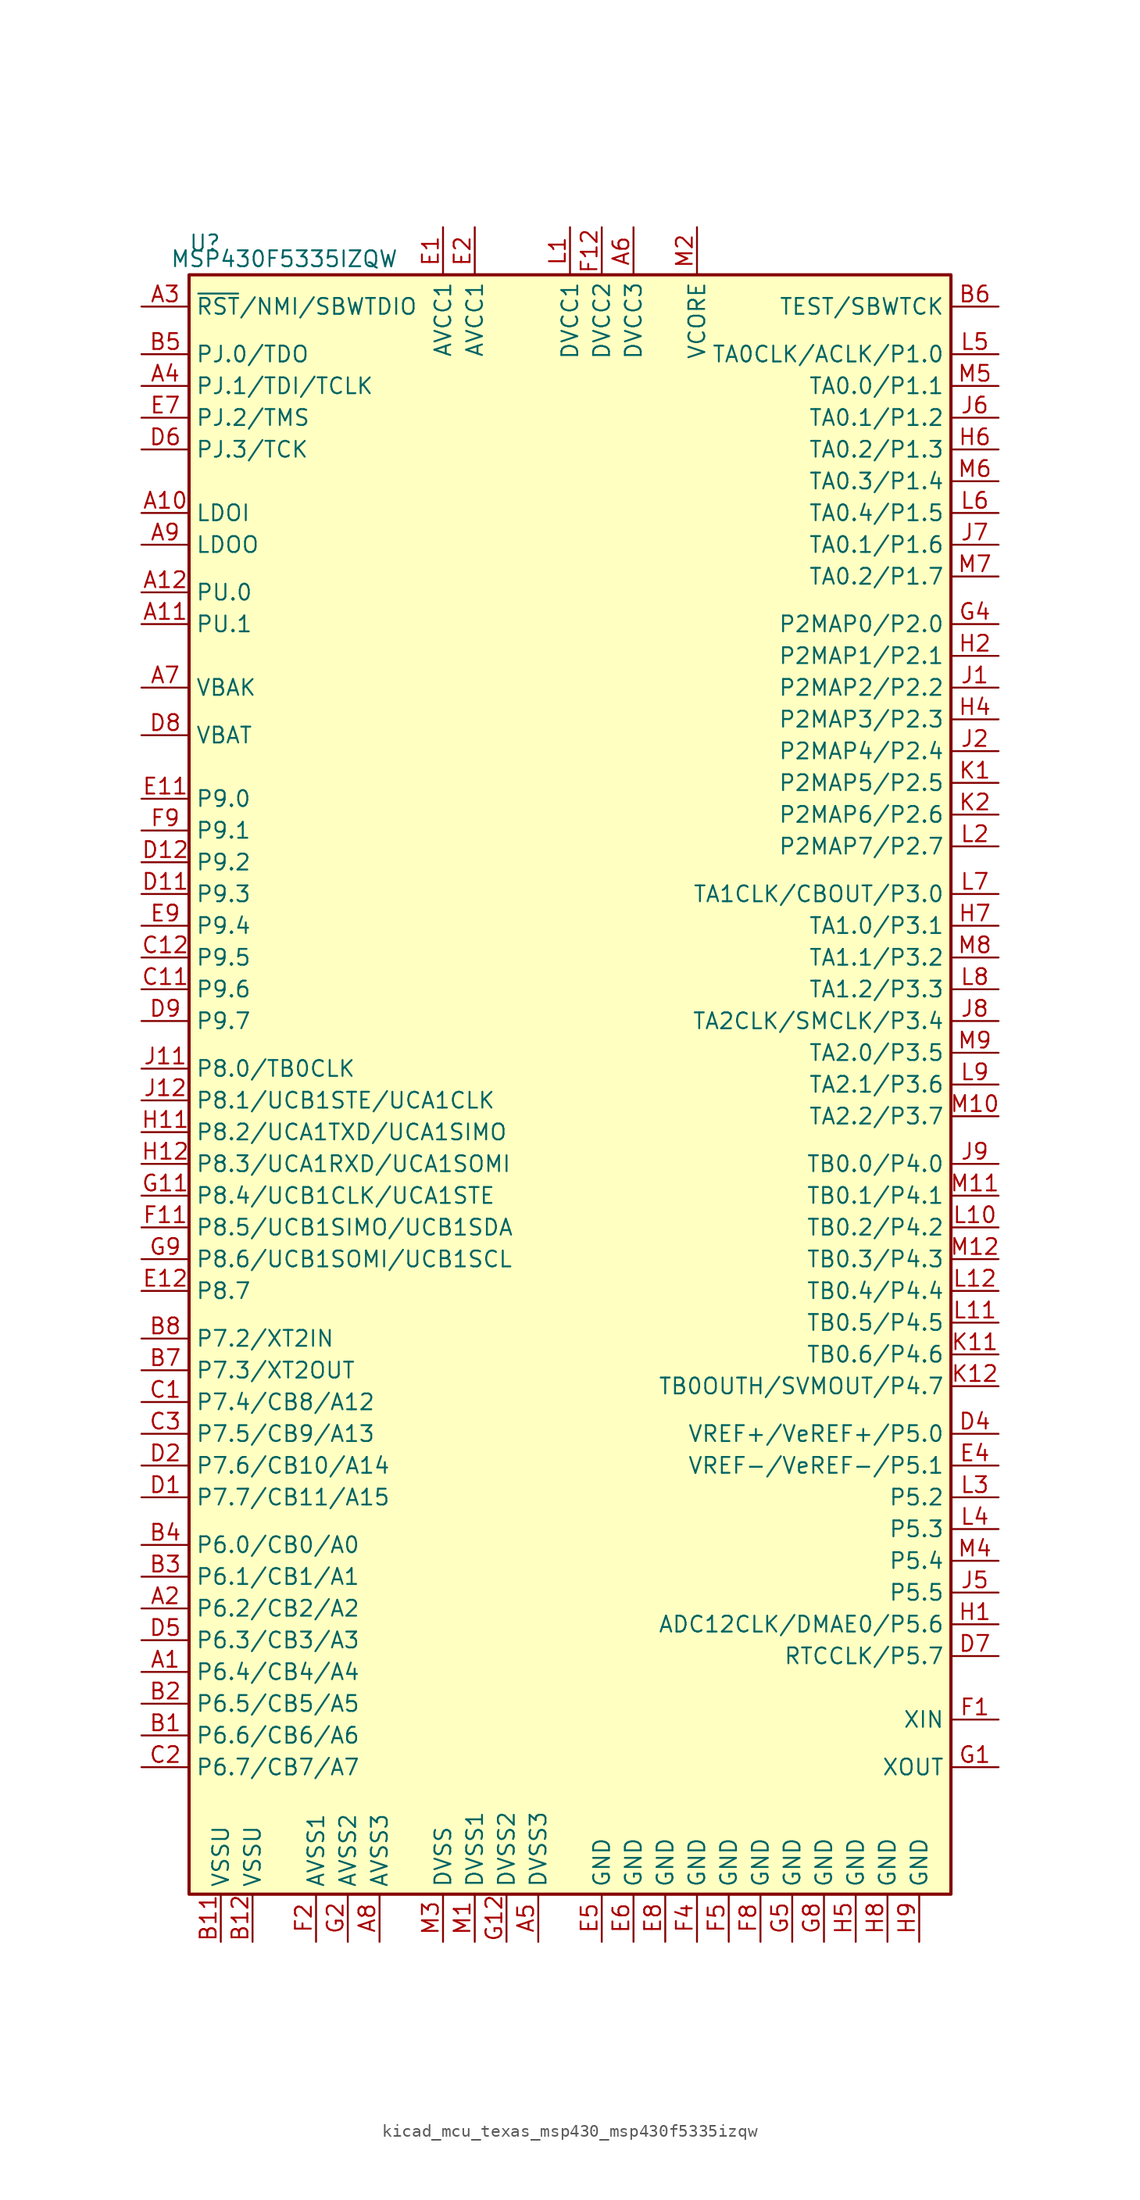
<source format=kicad_sym>
(kicad_symbol_lib
  (version 20220914)
  (generator kicad_symbol_editor)
  (symbol "kicad_mcu_texas_msp430_msp430f5335izqw"
    (property "Reference" "U"
      (at -29.21 67.31 0)
      (effects (font (size 1.27 1.27))))
    (property "Value" "MSP430F5335IZQW"
      (at -22.86 66.04 0)
      (effects (font (size 1.27 1.27))))
    (symbol "kicad_mcu_texas_msp430_msp430f5335izqw_0_1"
      (rectangle (start -30.48 64.77) (end 30.48 -64.77) (stroke (width 0.254) (type default)) (fill (type background))))
    (symbol "kicad_mcu_texas_msp430_msp430f5335izqw_1_1"
      (pin bidirectional line (at -34.29 -46.99 0) (length 3.81) (name "P6.4/CB4/A4" (effects (font (size 1.27 1.27)))) (number "A1" (effects (font (size 1.27 1.27)))))
      (pin bidirectional line (at -34.29 45.72 0) (length 3.81) (name "LDOI" (effects (font (size 1.27 1.27)))) (number "A10" (effects (font (size 1.27 1.27)))))
      (pin bidirectional line (at -34.29 36.83 0) (length 3.81) (name "PU.1" (effects (font (size 1.27 1.27)))) (number "A11" (effects (font (size 1.27 1.27)))))
      (pin bidirectional line (at -34.29 39.37 0) (length 3.81) (name "PU.0" (effects (font (size 1.27 1.27)))) (number "A12" (effects (font (size 1.27 1.27)))))
      (pin bidirectional line (at -34.29 -41.91 0) (length 3.81) (name "P6.2/CB2/A2" (effects (font (size 1.27 1.27)))) (number "A2" (effects (font (size 1.27 1.27)))))
      (pin input line (at -34.29 62.23 0) (length 3.81) (name "~{RST}/NMI/SBWTDIO" (effects (font (size 1.27 1.27)))) (number "A3" (effects (font (size 1.27 1.27)))))
      (pin bidirectional line (at -34.29 55.88 0) (length 3.81) (name "PJ.1/TDI/TCLK" (effects (font (size 1.27 1.27)))) (number "A4" (effects (font (size 1.27 1.27)))))
      (pin power_in line (at -2.54 -68.58 90) (length 3.81) (name "DVSS3" (effects (font (size 1.27 1.27)))) (number "A5" (effects (font (size 1.27 1.27)))))
      (pin power_in line (at 5.08 68.58 270) (length 3.81) (name "DVCC3" (effects (font (size 1.27 1.27)))) (number "A6" (effects (font (size 1.27 1.27)))))
      (pin bidirectional line (at -34.29 31.75 0) (length 3.81) (name "VBAK" (effects (font (size 1.27 1.27)))) (number "A7" (effects (font (size 1.27 1.27)))))
      (pin power_in line (at -15.24 -68.58 90) (length 3.81) (name "AVSS3" (effects (font (size 1.27 1.27)))) (number "A8" (effects (font (size 1.27 1.27)))))
      (pin bidirectional line (at -34.29 43.18 0) (length 3.81) (name "LDOO" (effects (font (size 1.27 1.27)))) (number "A9" (effects (font (size 1.27 1.27)))))
      (pin bidirectional line (at -34.29 -52.07 0) (length 3.81) (name "P6.6/CB6/A6" (effects (font (size 1.27 1.27)))) (number "B1" (effects (font (size 1.27 1.27)))))
      (pin power_in line (at -27.94 -68.58 90) (length 3.81) (name "VSSU" (effects (font (size 1.27 1.27)))) (number "B11" (effects (font (size 1.27 1.27)))))
      (pin power_in line (at -25.4 -68.58 90) (length 3.81) (name "VSSU" (effects (font (size 1.27 1.27)))) (number "B12" (effects (font (size 1.27 1.27)))))
      (pin bidirectional line (at -34.29 -49.53 0) (length 3.81) (name "P6.5/CB5/A5" (effects (font (size 1.27 1.27)))) (number "B2" (effects (font (size 1.27 1.27)))))
      (pin bidirectional line (at -34.29 -39.37 0) (length 3.81) (name "P6.1/CB1/A1" (effects (font (size 1.27 1.27)))) (number "B3" (effects (font (size 1.27 1.27)))))
      (pin bidirectional line (at -34.29 -36.83 0) (length 3.81) (name "P6.0/CB0/A0" (effects (font (size 1.27 1.27)))) (number "B4" (effects (font (size 1.27 1.27)))))
      (pin bidirectional line (at -34.29 58.42 0) (length 3.81) (name "PJ.0/TDO" (effects (font (size 1.27 1.27)))) (number "B5" (effects (font (size 1.27 1.27)))))
      (pin input line (at 34.29 62.23 180) (length 3.81) (name "TEST/SBWTCK" (effects (font (size 1.27 1.27)))) (number "B6" (effects (font (size 1.27 1.27)))))
      (pin bidirectional line (at -34.29 -22.86 0) (length 3.81) (name "P7.3/XT2OUT" (effects (font (size 1.27 1.27)))) (number "B7" (effects (font (size 1.27 1.27)))))
      (pin bidirectional line (at -34.29 -20.32 0) (length 3.81) (name "P7.2/XT2IN" (effects (font (size 1.27 1.27)))) (number "B8" (effects (font (size 1.27 1.27)))))
      (pin bidirectional line (at -34.29 -25.4 0) (length 3.81) (name "P7.4/CB8/A12" (effects (font (size 1.27 1.27)))) (number "C1" (effects (font (size 1.27 1.27)))))
      (pin bidirectional line (at -34.29 7.62 0) (length 3.81) (name "P9.6" (effects (font (size 1.27 1.27)))) (number "C11" (effects (font (size 1.27 1.27)))))
      (pin bidirectional line (at -34.29 10.16 0) (length 3.81) (name "P9.5" (effects (font (size 1.27 1.27)))) (number "C12" (effects (font (size 1.27 1.27)))))
      (pin bidirectional line (at -34.29 -54.61 0) (length 3.81) (name "P6.7/CB7/A7" (effects (font (size 1.27 1.27)))) (number "C2" (effects (font (size 1.27 1.27)))))
      (pin bidirectional line (at -34.29 -27.94 0) (length 3.81) (name "P7.5/CB9/A13" (effects (font (size 1.27 1.27)))) (number "C3" (effects (font (size 1.27 1.27)))))
      (pin bidirectional line (at -34.29 -33.02 0) (length 3.81) (name "P7.7/CB11/A15" (effects (font (size 1.27 1.27)))) (number "D1" (effects (font (size 1.27 1.27)))))
      (pin bidirectional line (at -34.29 15.24 0) (length 3.81) (name "P9.3" (effects (font (size 1.27 1.27)))) (number "D11" (effects (font (size 1.27 1.27)))))
      (pin bidirectional line (at -34.29 17.78 0) (length 3.81) (name "P9.2" (effects (font (size 1.27 1.27)))) (number "D12" (effects (font (size 1.27 1.27)))))
      (pin bidirectional line (at -34.29 -30.48 0) (length 3.81) (name "P7.6/CB10/A14" (effects (font (size 1.27 1.27)))) (number "D2" (effects (font (size 1.27 1.27)))))
      (pin bidirectional line (at 34.29 -27.94 180) (length 3.81) (name "VREF+/VeREF+/P5.0" (effects (font (size 1.27 1.27)))) (number "D4" (effects (font (size 1.27 1.27)))))
      (pin bidirectional line (at -34.29 -44.45 0) (length 3.81) (name "P6.3/CB3/A3" (effects (font (size 1.27 1.27)))) (number "D5" (effects (font (size 1.27 1.27)))))
      (pin bidirectional line (at -34.29 50.8 0) (length 3.81) (name "PJ.3/TCK" (effects (font (size 1.27 1.27)))) (number "D6" (effects (font (size 1.27 1.27)))))
      (pin bidirectional line (at 34.29 -45.72 180) (length 3.81) (name "RTCCLK/P5.7" (effects (font (size 1.27 1.27)))) (number "D7" (effects (font (size 1.27 1.27)))))
      (pin bidirectional line (at -34.29 27.94 0) (length 3.81) (name "VBAT" (effects (font (size 1.27 1.27)))) (number "D8" (effects (font (size 1.27 1.27)))))
      (pin bidirectional line (at -34.29 5.08 0) (length 3.81) (name "P9.7" (effects (font (size 1.27 1.27)))) (number "D9" (effects (font (size 1.27 1.27)))))
      (pin power_in line (at -10.16 68.58 270) (length 3.81) (name "AVCC1" (effects (font (size 1.27 1.27)))) (number "E1" (effects (font (size 1.27 1.27)))))
      (pin bidirectional line (at -34.29 22.86 0) (length 3.81) (name "P9.0" (effects (font (size 1.27 1.27)))) (number "E11" (effects (font (size 1.27 1.27)))))
      (pin bidirectional line (at -34.29 -16.51 0) (length 3.81) (name "P8.7" (effects (font (size 1.27 1.27)))) (number "E12" (effects (font (size 1.27 1.27)))))
      (pin power_in line (at -7.62 68.58 270) (length 3.81) (name "AVCC1" (effects (font (size 1.27 1.27)))) (number "E2" (effects (font (size 1.27 1.27)))))
      (pin bidirectional line (at 34.29 -30.48 180) (length 3.81) (name "VREF-/VeREF-/P5.1" (effects (font (size 1.27 1.27)))) (number "E4" (effects (font (size 1.27 1.27)))))
      (pin power_in line (at 2.54 -68.58 90) (length 3.81) (name "GND" (effects (font (size 1.27 1.27)))) (number "E5" (effects (font (size 1.27 1.27)))))
      (pin power_in line (at 5.08 -68.58 90) (length 3.81) (name "GND" (effects (font (size 1.27 1.27)))) (number "E6" (effects (font (size 1.27 1.27)))))
      (pin bidirectional line (at -34.29 53.34 0) (length 3.81) (name "PJ.2/TMS" (effects (font (size 1.27 1.27)))) (number "E7" (effects (font (size 1.27 1.27)))))
      (pin power_in line (at 7.62 -68.58 90) (length 3.81) (name "GND" (effects (font (size 1.27 1.27)))) (number "E8" (effects (font (size 1.27 1.27)))))
      (pin bidirectional line (at -34.29 12.7 0) (length 3.81) (name "P9.4" (effects (font (size 1.27 1.27)))) (number "E9" (effects (font (size 1.27 1.27)))))
      (pin bidirectional line (at 34.29 -50.8 180) (length 3.81) (name "XIN" (effects (font (size 1.27 1.27)))) (number "F1" (effects (font (size 1.27 1.27)))))
      (pin bidirectional line (at -34.29 -11.43 0) (length 3.81) (name "P8.5/UCB1SIMO/UCB1SDA" (effects (font (size 1.27 1.27)))) (number "F11" (effects (font (size 1.27 1.27)))))
      (pin power_in line (at 2.54 68.58 270) (length 3.81) (name "DVCC2" (effects (font (size 1.27 1.27)))) (number "F12" (effects (font (size 1.27 1.27)))))
      (pin power_in line (at -20.32 -68.58 90) (length 3.81) (name "AVSS1" (effects (font (size 1.27 1.27)))) (number "F2" (effects (font (size 1.27 1.27)))))
      (pin power_in line (at 10.16 -68.58 90) (length 3.81) (name "GND" (effects (font (size 1.27 1.27)))) (number "F4" (effects (font (size 1.27 1.27)))))
      (pin power_in line (at 12.7 -68.58 90) (length 3.81) (name "GND" (effects (font (size 1.27 1.27)))) (number "F5" (effects (font (size 1.27 1.27)))))
      (pin power_in line (at 15.24 -68.58 90) (length 3.81) (name "GND" (effects (font (size 1.27 1.27)))) (number "F8" (effects (font (size 1.27 1.27)))))
      (pin bidirectional line (at -34.29 20.32 0) (length 3.81) (name "P9.1" (effects (font (size 1.27 1.27)))) (number "F9" (effects (font (size 1.27 1.27)))))
      (pin bidirectional line (at 34.29 -54.61 180) (length 3.81) (name "XOUT" (effects (font (size 1.27 1.27)))) (number "G1" (effects (font (size 1.27 1.27)))))
      (pin bidirectional line (at -34.29 -8.89 0) (length 3.81) (name "P8.4/UCB1CLK/UCA1STE" (effects (font (size 1.27 1.27)))) (number "G11" (effects (font (size 1.27 1.27)))))
      (pin power_in line (at -5.08 -68.58 90) (length 3.81) (name "DVSS2" (effects (font (size 1.27 1.27)))) (number "G12" (effects (font (size 1.27 1.27)))))
      (pin power_in line (at -17.78 -68.58 90) (length 3.81) (name "AVSS2" (effects (font (size 1.27 1.27)))) (number "G2" (effects (font (size 1.27 1.27)))))
      (pin bidirectional line (at 34.29 36.83 180) (length 3.81) (name "P2MAP0/P2.0" (effects (font (size 1.27 1.27)))) (number "G4" (effects (font (size 1.27 1.27)))))
      (pin power_in line (at 17.78 -68.58 90) (length 3.81) (name "GND" (effects (font (size 1.27 1.27)))) (number "G5" (effects (font (size 1.27 1.27)))))
      (pin power_in line (at 20.32 -68.58 90) (length 3.81) (name "GND" (effects (font (size 1.27 1.27)))) (number "G8" (effects (font (size 1.27 1.27)))))
      (pin bidirectional line (at -34.29 -13.97 0) (length 3.81) (name "P8.6/UCB1SOMI/UCB1SCL" (effects (font (size 1.27 1.27)))) (number "G9" (effects (font (size 1.27 1.27)))))
      (pin bidirectional line (at 34.29 -43.18 180) (length 3.81) (name "ADC12CLK/DMAE0/P5.6" (effects (font (size 1.27 1.27)))) (number "H1" (effects (font (size 1.27 1.27)))))
      (pin bidirectional line (at -34.29 -3.81 0) (length 3.81) (name "P8.2/UCA1TXD/UCA1SIMO" (effects (font (size 1.27 1.27)))) (number "H11" (effects (font (size 1.27 1.27)))))
      (pin bidirectional line (at -34.29 -6.35 0) (length 3.81) (name "P8.3/UCA1RXD/UCA1SOMI" (effects (font (size 1.27 1.27)))) (number "H12" (effects (font (size 1.27 1.27)))))
      (pin bidirectional line (at 34.29 34.29 180) (length 3.81) (name "P2MAP1/P2.1" (effects (font (size 1.27 1.27)))) (number "H2" (effects (font (size 1.27 1.27)))))
      (pin bidirectional line (at 34.29 29.21 180) (length 3.81) (name "P2MAP3/P2.3" (effects (font (size 1.27 1.27)))) (number "H4" (effects (font (size 1.27 1.27)))))
      (pin power_in line (at 22.86 -68.58 90) (length 3.81) (name "GND" (effects (font (size 1.27 1.27)))) (number "H5" (effects (font (size 1.27 1.27)))))
      (pin bidirectional line (at 34.29 50.8 180) (length 3.81) (name "TA0.2/P1.3" (effects (font (size 1.27 1.27)))) (number "H6" (effects (font (size 1.27 1.27)))))
      (pin bidirectional line (at 34.29 12.7 180) (length 3.81) (name "TA1.0/P3.1" (effects (font (size 1.27 1.27)))) (number "H7" (effects (font (size 1.27 1.27)))))
      (pin power_in line (at 25.4 -68.58 90) (length 3.81) (name "GND" (effects (font (size 1.27 1.27)))) (number "H8" (effects (font (size 1.27 1.27)))))
      (pin power_in line (at 27.94 -68.58 90) (length 3.81) (name "GND" (effects (font (size 1.27 1.27)))) (number "H9" (effects (font (size 1.27 1.27)))))
      (pin bidirectional line (at 34.29 31.75 180) (length 3.81) (name "P2MAP2/P2.2" (effects (font (size 1.27 1.27)))) (number "J1" (effects (font (size 1.27 1.27)))))
      (pin bidirectional line (at -34.29 1.27 0) (length 3.81) (name "P8.0/TB0CLK" (effects (font (size 1.27 1.27)))) (number "J11" (effects (font (size 1.27 1.27)))))
      (pin bidirectional line (at -34.29 -1.27 0) (length 3.81) (name "P8.1/UCB1STE/UCA1CLK" (effects (font (size 1.27 1.27)))) (number "J12" (effects (font (size 1.27 1.27)))))
      (pin bidirectional line (at 34.29 26.67 180) (length 3.81) (name "P2MAP4/P2.4" (effects (font (size 1.27 1.27)))) (number "J2" (effects (font (size 1.27 1.27)))))
      (pin bidirectional line (at 34.29 -40.64 180) (length 3.81) (name "P5.5" (effects (font (size 1.27 1.27)))) (number "J5" (effects (font (size 1.27 1.27)))))
      (pin bidirectional line (at 34.29 53.34 180) (length 3.81) (name "TA0.1/P1.2" (effects (font (size 1.27 1.27)))) (number "J6" (effects (font (size 1.27 1.27)))))
      (pin bidirectional line (at 34.29 43.18 180) (length 3.81) (name "TA0.1/P1.6" (effects (font (size 1.27 1.27)))) (number "J7" (effects (font (size 1.27 1.27)))))
      (pin bidirectional line (at 34.29 5.08 180) (length 3.81) (name "TA2CLK/SMCLK/P3.4" (effects (font (size 1.27 1.27)))) (number "J8" (effects (font (size 1.27 1.27)))))
      (pin bidirectional line (at 34.29 -6.35 180) (length 3.81) (name "TB0.0/P4.0" (effects (font (size 1.27 1.27)))) (number "J9" (effects (font (size 1.27 1.27)))))
      (pin bidirectional line (at 34.29 24.13 180) (length 3.81) (name "P2MAP5/P2.5" (effects (font (size 1.27 1.27)))) (number "K1" (effects (font (size 1.27 1.27)))))
      (pin bidirectional line (at 34.29 -21.59 180) (length 3.81) (name "TB0.6/P4.6" (effects (font (size 1.27 1.27)))) (number "K11" (effects (font (size 1.27 1.27)))))
      (pin bidirectional line (at 34.29 -24.13 180) (length 3.81) (name "TB0OUTH/SVMOUT/P4.7" (effects (font (size 1.27 1.27)))) (number "K12" (effects (font (size 1.27 1.27)))))
      (pin bidirectional line (at 34.29 21.59 180) (length 3.81) (name "P2MAP6/P2.6" (effects (font (size 1.27 1.27)))) (number "K2" (effects (font (size 1.27 1.27)))))
      (pin power_in line (at 0 68.58 270) (length 3.81) (name "DVCC1" (effects (font (size 1.27 1.27)))) (number "L1" (effects (font (size 1.27 1.27)))))
      (pin bidirectional line (at 34.29 -11.43 180) (length 3.81) (name "TB0.2/P4.2" (effects (font (size 1.27 1.27)))) (number "L10" (effects (font (size 1.27 1.27)))))
      (pin bidirectional line (at 34.29 -19.05 180) (length 3.81) (name "TB0.5/P4.5" (effects (font (size 1.27 1.27)))) (number "L11" (effects (font (size 1.27 1.27)))))
      (pin bidirectional line (at 34.29 -16.51 180) (length 3.81) (name "TB0.4/P4.4" (effects (font (size 1.27 1.27)))) (number "L12" (effects (font (size 1.27 1.27)))))
      (pin bidirectional line (at 34.29 19.05 180) (length 3.81) (name "P2MAP7/P2.7" (effects (font (size 1.27 1.27)))) (number "L2" (effects (font (size 1.27 1.27)))))
      (pin bidirectional line (at 34.29 -33.02 180) (length 3.81) (name "P5.2" (effects (font (size 1.27 1.27)))) (number "L3" (effects (font (size 1.27 1.27)))))
      (pin bidirectional line (at 34.29 -35.56 180) (length 3.81) (name "P5.3" (effects (font (size 1.27 1.27)))) (number "L4" (effects (font (size 1.27 1.27)))))
      (pin bidirectional line (at 34.29 58.42 180) (length 3.81) (name "TA0CLK/ACLK/P1.0" (effects (font (size 1.27 1.27)))) (number "L5" (effects (font (size 1.27 1.27)))))
      (pin bidirectional line (at 34.29 45.72 180) (length 3.81) (name "TA0.4/P1.5" (effects (font (size 1.27 1.27)))) (number "L6" (effects (font (size 1.27 1.27)))))
      (pin bidirectional line (at 34.29 15.24 180) (length 3.81) (name "TA1CLK/CBOUT/P3.0" (effects (font (size 1.27 1.27)))) (number "L7" (effects (font (size 1.27 1.27)))))
      (pin bidirectional line (at 34.29 7.62 180) (length 3.81) (name "TA1.2/P3.3" (effects (font (size 1.27 1.27)))) (number "L8" (effects (font (size 1.27 1.27)))))
      (pin bidirectional line (at 34.29 0 180) (length 3.81) (name "TA2.1/P3.6" (effects (font (size 1.27 1.27)))) (number "L9" (effects (font (size 1.27 1.27)))))
      (pin power_in line (at -7.62 -68.58 90) (length 3.81) (name "DVSS1" (effects (font (size 1.27 1.27)))) (number "M1" (effects (font (size 1.27 1.27)))))
      (pin bidirectional line (at 34.29 -2.54 180) (length 3.81) (name "TA2.2/P3.7" (effects (font (size 1.27 1.27)))) (number "M10" (effects (font (size 1.27 1.27)))))
      (pin bidirectional line (at 34.29 -8.89 180) (length 3.81) (name "TB0.1/P4.1" (effects (font (size 1.27 1.27)))) (number "M11" (effects (font (size 1.27 1.27)))))
      (pin bidirectional line (at 34.29 -13.97 180) (length 3.81) (name "TB0.3/P4.3" (effects (font (size 1.27 1.27)))) (number "M12" (effects (font (size 1.27 1.27)))))
      (pin bidirectional line (at 10.16 68.58 270) (length 3.81) (name "VCORE" (effects (font (size 1.27 1.27)))) (number "M2" (effects (font (size 1.27 1.27)))))
      (pin power_in line (at -10.16 -68.58 90) (length 3.81) (name "DVSS" (effects (font (size 1.27 1.27)))) (number "M3" (effects (font (size 1.27 1.27)))))
      (pin bidirectional line (at 34.29 -38.1 180) (length 3.81) (name "P5.4" (effects (font (size 1.27 1.27)))) (number "M4" (effects (font (size 1.27 1.27)))))
      (pin bidirectional line (at 34.29 55.88 180) (length 3.81) (name "TA0.0/P1.1" (effects (font (size 1.27 1.27)))) (number "M5" (effects (font (size 1.27 1.27)))))
      (pin bidirectional line (at 34.29 48.26 180) (length 3.81) (name "TA0.3/P1.4" (effects (font (size 1.27 1.27)))) (number "M6" (effects (font (size 1.27 1.27)))))
      (pin bidirectional line (at 34.29 40.64 180) (length 3.81) (name "TA0.2/P1.7" (effects (font (size 1.27 1.27)))) (number "M7" (effects (font (size 1.27 1.27)))))
      (pin bidirectional line (at 34.29 10.16 180) (length 3.81) (name "TA1.1/P3.2" (effects (font (size 1.27 1.27)))) (number "M8" (effects (font (size 1.27 1.27)))))
      (pin bidirectional line (at 34.29 2.54 180) (length 3.81) (name "TA2.0/P3.5" (effects (font (size 1.27 1.27)))) (number "M9" (effects (font (size 1.27 1.27))))))))
</source>
